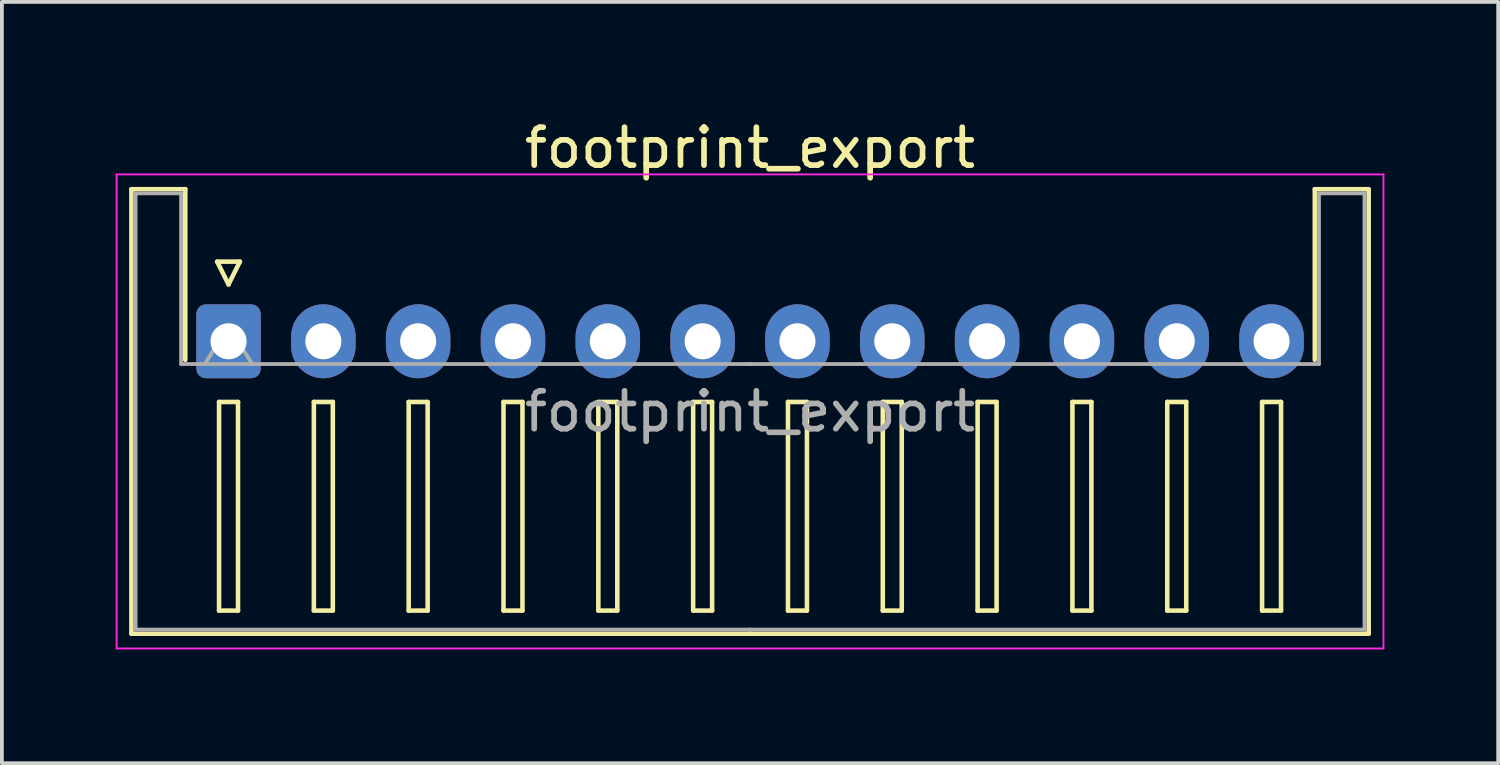
<source format=kicad_pcb>
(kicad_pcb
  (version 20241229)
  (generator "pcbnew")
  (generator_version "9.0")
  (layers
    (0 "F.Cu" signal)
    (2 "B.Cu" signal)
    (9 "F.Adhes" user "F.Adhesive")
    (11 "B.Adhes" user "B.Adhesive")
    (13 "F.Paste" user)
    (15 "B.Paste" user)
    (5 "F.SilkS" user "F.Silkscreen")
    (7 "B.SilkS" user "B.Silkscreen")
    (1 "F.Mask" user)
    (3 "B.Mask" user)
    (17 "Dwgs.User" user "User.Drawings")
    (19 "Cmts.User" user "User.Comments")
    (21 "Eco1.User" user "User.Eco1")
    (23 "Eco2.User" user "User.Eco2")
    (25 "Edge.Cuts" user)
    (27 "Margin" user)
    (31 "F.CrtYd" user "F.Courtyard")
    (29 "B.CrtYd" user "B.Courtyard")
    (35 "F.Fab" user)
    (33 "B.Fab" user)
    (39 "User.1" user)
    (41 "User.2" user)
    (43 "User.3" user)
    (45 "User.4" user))
  (footprint "footprint_export"
    (layer "F.Cu")
    (at 2.975 5.948)
    (property "Reference" "footprint_export" (at 13.75 -5.1 0) (layer "F.SilkS") (effects (font (size 1 1) (thickness 0.15))))
    (attr through_hole)
    (fp_line (start -2.56 -4.01) (end -1.14 -4.01) (stroke (width 0.12) (type solid)) (layer "F.SilkS"))
    (fp_line (start -2.56 7.71) (end -2.56 -4.01) (stroke (width 0.12) (type solid)) (layer "F.SilkS"))
    (fp_line (start -1.14 -4.01) (end -1.14 0.49) (stroke (width 0.12) (type solid)) (layer "F.SilkS"))
    (fp_line (start -0.3 -2.1) (end 0.3 -2.1) (stroke (width 0.12) (type solid)) (layer "F.SilkS"))
    (fp_line (start -0.25 1.6) (end -0.25 7.1) (stroke (width 0.12) (type solid)) (layer "F.SilkS"))
    (fp_line (start -0.25 7.1) (end 0.25 7.1) (stroke (width 0.12) (type solid)) (layer "F.SilkS"))
    (fp_line (start 0 -1.5) (end -0.3 -2.1) (stroke (width 0.12) (type solid)) (layer "F.SilkS"))
    (fp_line (start 0.25 1.6) (end -0.25 1.6) (stroke (width 0.12) (type solid)) (layer "F.SilkS"))
    (fp_line (start 0.25 7.1) (end 0.25 1.6) (stroke (width 0.12) (type solid)) (layer "F.SilkS"))
    (fp_line (start 0.3 -2.1) (end 0 -1.5) (stroke (width 0.12) (type solid)) (layer "F.SilkS"))
    (fp_line (start 2.25 1.6) (end 2.25 7.1) (stroke (width 0.12) (type solid)) (layer "F.SilkS"))
    (fp_line (start 2.25 7.1) (end 2.75 7.1) (stroke (width 0.12) (type solid)) (layer "F.SilkS"))
    (fp_line (start 2.75 1.6) (end 2.25 1.6) (stroke (width 0.12) (type solid)) (layer "F.SilkS"))
    (fp_line (start 2.75 7.1) (end 2.75 1.6) (stroke (width 0.12) (type solid)) (layer "F.SilkS"))
    (fp_line (start 4.75 1.6) (end 4.75 7.1) (stroke (width 0.12) (type solid)) (layer "F.SilkS"))
    (fp_line (start 4.75 7.1) (end 5.25 7.1) (stroke (width 0.12) (type solid)) (layer "F.SilkS"))
    (fp_line (start 5.25 1.6) (end 4.75 1.6) (stroke (width 0.12) (type solid)) (layer "F.SilkS"))
    (fp_line (start 5.25 7.1) (end 5.25 1.6) (stroke (width 0.12) (type solid)) (layer "F.SilkS"))
    (fp_line (start 7.25 1.6) (end 7.25 7.1) (stroke (width 0.12) (type solid)) (layer "F.SilkS"))
    (fp_line (start 7.25 7.1) (end 7.75 7.1) (stroke (width 0.12) (type solid)) (layer "F.SilkS"))
    (fp_line (start 7.75 1.6) (end 7.25 1.6) (stroke (width 0.12) (type solid)) (layer "F.SilkS"))
    (fp_line (start 7.75 7.1) (end 7.75 1.6) (stroke (width 0.12) (type solid)) (layer "F.SilkS"))
    (fp_line (start 9.75 1.6) (end 9.75 7.1) (stroke (width 0.12) (type solid)) (layer "F.SilkS"))
    (fp_line (start 9.75 7.1) (end 10.25 7.1) (stroke (width 0.12) (type solid)) (layer "F.SilkS"))
    (fp_line (start 10.25 1.6) (end 9.75 1.6) (stroke (width 0.12) (type solid)) (layer "F.SilkS"))
    (fp_line (start 10.25 7.1) (end 10.25 1.6) (stroke (width 0.12) (type solid)) (layer "F.SilkS"))
    (fp_line (start 12.25 1.6) (end 12.25 7.1) (stroke (width 0.12) (type solid)) (layer "F.SilkS"))
    (fp_line (start 12.25 7.1) (end 12.75 7.1) (stroke (width 0.12) (type solid)) (layer "F.SilkS"))
    (fp_line (start 12.75 1.6) (end 12.25 1.6) (stroke (width 0.12) (type solid)) (layer "F.SilkS"))
    (fp_line (start 12.75 7.1) (end 12.75 1.6) (stroke (width 0.12) (type solid)) (layer "F.SilkS"))
    (fp_line (start 13.75 7.71) (end -2.56 7.71) (stroke (width 0.12) (type solid)) (layer "F.SilkS"))
    (fp_line (start 13.75 7.71) (end 30.06 7.71) (stroke (width 0.12) (type solid)) (layer "F.SilkS"))
    (fp_line (start 14.75 1.6) (end 14.75 7.1) (stroke (width 0.12) (type solid)) (layer "F.SilkS"))
    (fp_line (start 14.75 7.1) (end 15.25 7.1) (stroke (width 0.12) (type solid)) (layer "F.SilkS"))
    (fp_line (start 15.25 1.6) (end 14.75 1.6) (stroke (width 0.12) (type solid)) (layer "F.SilkS"))
    (fp_line (start 15.25 7.1) (end 15.25 1.6) (stroke (width 0.12) (type solid)) (layer "F.SilkS"))
    (fp_line (start 17.25 1.6) (end 17.25 7.1) (stroke (width 0.12) (type solid)) (layer "F.SilkS"))
    (fp_line (start 17.25 7.1) (end 17.75 7.1) (stroke (width 0.12) (type solid)) (layer "F.SilkS"))
    (fp_line (start 17.75 1.6) (end 17.25 1.6) (stroke (width 0.12) (type solid)) (layer "F.SilkS"))
    (fp_line (start 17.75 7.1) (end 17.75 1.6) (stroke (width 0.12) (type solid)) (layer "F.SilkS"))
    (fp_line (start 19.75 1.6) (end 19.75 7.1) (stroke (width 0.12) (type solid)) (layer "F.SilkS"))
    (fp_line (start 19.75 7.1) (end 20.25 7.1) (stroke (width 0.12) (type solid)) (layer "F.SilkS"))
    (fp_line (start 20.25 1.6) (end 19.75 1.6) (stroke (width 0.12) (type solid)) (layer "F.SilkS"))
    (fp_line (start 20.25 7.1) (end 20.25 1.6) (stroke (width 0.12) (type solid)) (layer "F.SilkS"))
    (fp_line (start 22.25 1.6) (end 22.25 7.1) (stroke (width 0.12) (type solid)) (layer "F.SilkS"))
    (fp_line (start 22.25 7.1) (end 22.75 7.1) (stroke (width 0.12) (type solid)) (layer "F.SilkS"))
    (fp_line (start 22.75 1.6) (end 22.25 1.6) (stroke (width 0.12) (type solid)) (layer "F.SilkS"))
    (fp_line (start 22.75 7.1) (end 22.75 1.6) (stroke (width 0.12) (type solid)) (layer "F.SilkS"))
    (fp_line (start 24.75 1.6) (end 24.75 7.1) (stroke (width 0.12) (type solid)) (layer "F.SilkS"))
    (fp_line (start 24.75 7.1) (end 25.25 7.1) (stroke (width 0.12) (type solid)) (layer "F.SilkS"))
    (fp_line (start 25.25 1.6) (end 24.75 1.6) (stroke (width 0.12) (type solid)) (layer "F.SilkS"))
    (fp_line (start 25.25 7.1) (end 25.25 1.6) (stroke (width 0.12) (type solid)) (layer "F.SilkS"))
    (fp_line (start 27.25 1.6) (end 27.25 7.1) (stroke (width 0.12) (type solid)) (layer "F.SilkS"))
    (fp_line (start 27.25 7.1) (end 27.75 7.1) (stroke (width 0.12) (type solid)) (layer "F.SilkS"))
    (fp_line (start 27.75 1.6) (end 27.25 1.6) (stroke (width 0.12) (type solid)) (layer "F.SilkS"))
    (fp_line (start 27.75 7.1) (end 27.75 1.6) (stroke (width 0.12) (type solid)) (layer "F.SilkS"))
    (fp_line (start 28.64 -4.01) (end 28.64 0.49) (stroke (width 0.12) (type solid)) (layer "F.SilkS"))
    (fp_line (start 30.06 -4.01) (end 28.64 -4.01) (stroke (width 0.12) (type solid)) (layer "F.SilkS"))
    (fp_line (start 30.06 7.71) (end 30.06 -4.01) (stroke (width 0.12) (type solid)) (layer "F.SilkS"))
    (fp_line (start -2.95 -4.4) (end -2.95 8.1) (stroke (width 0.05) (type solid)) (layer "F.CrtYd"))
    (fp_line (start -2.95 8.1) (end 30.45 8.1) (stroke (width 0.05) (type solid)) (layer "F.CrtYd"))
    (fp_line (start 30.45 -4.4) (end -2.95 -4.4) (stroke (width 0.05) (type solid)) (layer "F.CrtYd"))
    (fp_line (start 30.45 8.1) (end 30.45 -4.4) (stroke (width 0.05) (type solid)) (layer "F.CrtYd"))
    (fp_line (start -2.45 -3.9) (end -1.25 -3.9) (stroke (width 0.1) (type solid)) (layer "F.Fab"))
    (fp_line (start -2.45 7.6) (end -2.45 -3.9) (stroke (width 0.1) (type solid)) (layer "F.Fab"))
    (fp_line (start -1.25 -3.9) (end -1.25 0.6) (stroke (width 0.1) (type solid)) (layer "F.Fab"))
    (fp_line (start -1.25 0.6) (end 13.75 0.6) (stroke (width 0.1) (type solid)) (layer "F.Fab"))
    (fp_line (start -0.625 0.6) (end 0 -0.4) (stroke (width 0.1) (type solid)) (layer "F.Fab"))
    (fp_line (start 0 -0.4) (end 0.625 0.6) (stroke (width 0.1) (type solid)) (layer "F.Fab"))
    (fp_line (start 13.75 7.6) (end -2.45 7.6) (stroke (width 0.1) (type solid)) (layer "F.Fab"))
    (fp_line (start 13.75 7.6) (end 29.95 7.6) (stroke (width 0.1) (type solid)) (layer "F.Fab"))
    (fp_line (start 28.75 -3.9) (end 28.75 0.6) (stroke (width 0.1) (type solid)) (layer "F.Fab"))
    (fp_line (start 28.75 0.6) (end 13.75 0.6) (stroke (width 0.1) (type solid)) (layer "F.Fab"))
    (fp_line (start 29.95 -3.9) (end 28.75 -3.9) (stroke (width 0.1) (type solid)) (layer "F.Fab"))
    (fp_line (start 29.95 7.6) (end 29.95 -3.9) (stroke (width 0.1) (type solid)) (layer "F.Fab"))
    (fp_text user "${REFERENCE}" (at 13.75 1.85 0) (layer "F.Fab") (effects (font (size 1 1) (thickness 0.15))))
    (pad "1" thru_hole roundrect (at 0 0) (size 1.7 1.95) (drill 0.95) (layers "*.Cu" "*.Mask") (roundrect_rratio 0.147))
    (pad "2" thru_hole oval (at 2.5 0) (size 1.7 1.95) (drill 0.95) (layers "*.Cu" "*.Mask"))
    (pad "3" thru_hole oval (at 5 0) (size 1.7 1.95) (drill 0.95) (layers "*.Cu" "*.Mask"))
    (pad "4" thru_hole oval (at 7.5 0) (size 1.7 1.95) (drill 0.95) (layers "*.Cu" "*.Mask"))
    (pad "5" thru_hole oval (at 10 0) (size 1.7 1.95) (drill 0.95) (layers "*.Cu" "*.Mask"))
    (pad "6" thru_hole oval (at 12.5 0) (size 1.7 1.95) (drill 0.95) (layers "*.Cu" "*.Mask"))
    (pad "7" thru_hole oval (at 15 0) (size 1.7 1.95) (drill 0.95) (layers "*.Cu" "*.Mask"))
    (pad "8" thru_hole oval (at 17.5 0) (size 1.7 1.95) (drill 0.95) (layers "*.Cu" "*.Mask"))
    (pad "9" thru_hole oval (at 20 0) (size 1.7 1.95) (drill 0.95) (layers "*.Cu" "*.Mask"))
    (pad "10" thru_hole oval (at 22.5 0) (size 1.7 1.95) (drill 0.95) (layers "*.Cu" "*.Mask"))
    (pad "11" thru_hole oval (at 25 0) (size 1.7 1.95) (drill 0.95) (layers "*.Cu" "*.Mask"))
    (pad "12" thru_hole oval (at 27.5 0) (size 1.7 1.95) (drill 0.95) (layers "*.Cu" "*.Mask")))
  (gr_rect
    (start -3 -3)
    (end 36.45 17.073)
    (stroke (width 0.1) (type default))
    (fill no)
    (layer "Edge.Cuts")))
</source>
